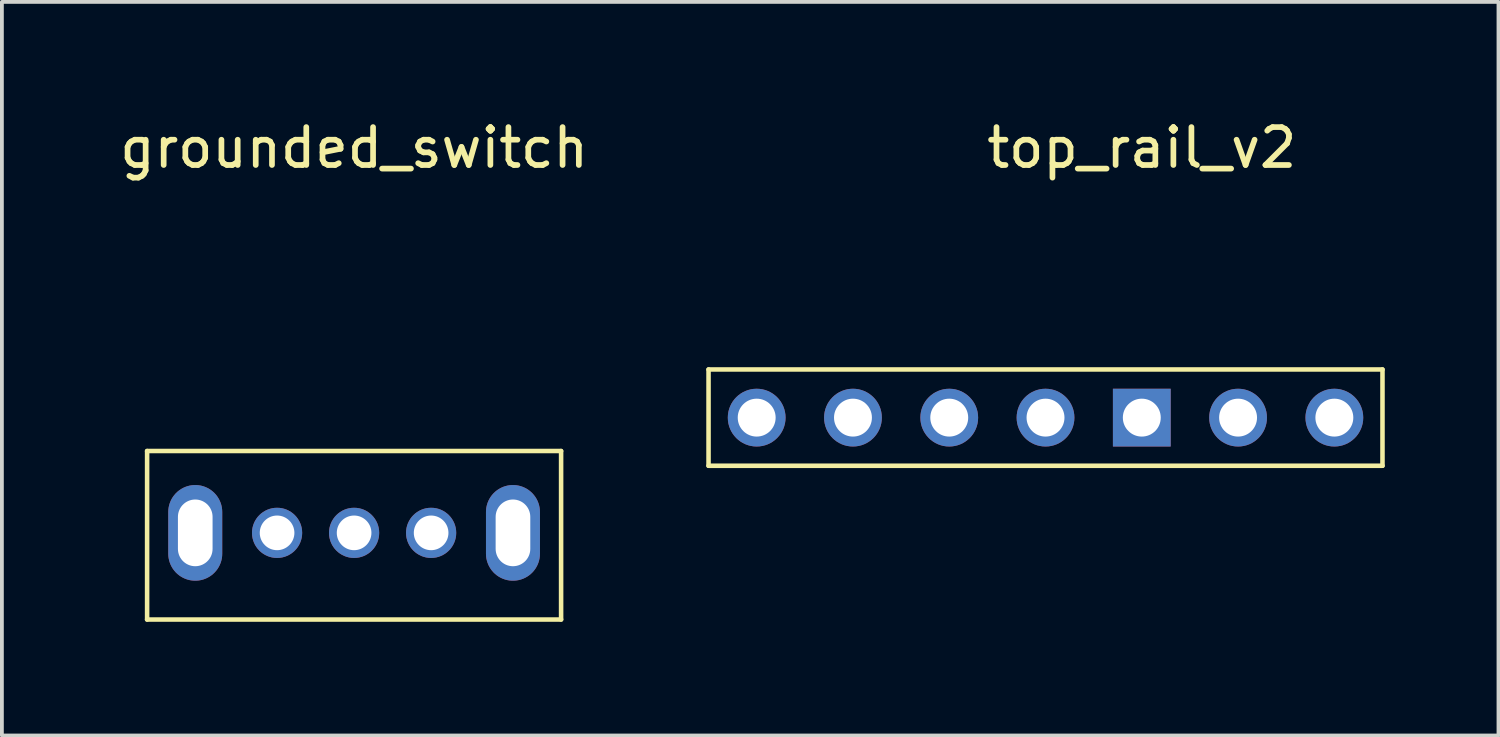
<source format=kicad_pcb>
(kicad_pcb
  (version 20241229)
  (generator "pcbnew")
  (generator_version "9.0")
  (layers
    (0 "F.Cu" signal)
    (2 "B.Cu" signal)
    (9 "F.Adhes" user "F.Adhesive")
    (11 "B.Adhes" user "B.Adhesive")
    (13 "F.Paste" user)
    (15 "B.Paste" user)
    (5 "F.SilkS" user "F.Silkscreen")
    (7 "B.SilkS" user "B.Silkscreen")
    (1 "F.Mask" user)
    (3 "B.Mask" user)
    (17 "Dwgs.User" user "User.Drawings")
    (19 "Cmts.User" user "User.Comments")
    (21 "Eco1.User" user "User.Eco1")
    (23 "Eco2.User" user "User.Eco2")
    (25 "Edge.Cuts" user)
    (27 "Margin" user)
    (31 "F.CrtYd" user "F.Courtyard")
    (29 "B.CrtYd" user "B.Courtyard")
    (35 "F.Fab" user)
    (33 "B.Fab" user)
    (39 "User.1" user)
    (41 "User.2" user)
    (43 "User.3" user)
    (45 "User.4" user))
  (footprint "grounded_switch"
    (layer "F.Cu")
    (at 6.292 5.928)
    (property "Reference" "grounded_switch" (at 0 -5.08 0) (layer "F.SilkS") (effects (font (size 1 1) (thickness 0.15))))
    (attr through_hole)
    (fp_line (start -5.461 2.921) (end -5.461 7.366) (stroke (width 0.12) (type solid)) (layer "F.SilkS"))
    (fp_line (start -5.461 2.921) (end 5.461 2.921) (stroke (width 0.12) (type solid)) (layer "F.SilkS"))
    (fp_line (start -5.461 7.366) (end 5.461 7.366) (stroke (width 0.12) (type solid)) (layer "F.SilkS"))
    (fp_line (start 5.461 2.921) (end 5.461 7.366) (stroke (width 0.12) (type solid)) (layer "F.SilkS"))
    (pad "1" thru_hole circle (at -2.032 5.08) (size 1.324 1.324) (drill 0.914) (layers "*.Cu" "*.Mask"))
    (pad "2" thru_hole circle (at 0 5.08) (size 1.324 1.324) (drill 0.914) (layers "*.Cu" "*.Mask"))
    (pad "3" thru_hole circle (at 2.032 5.08) (size 1.324 1.324) (drill 0.914) (layers "*.Cu" "*.Mask"))
    (pad "4" thru_hole oval (at -4.191 5.08 90) (size 2.524 1.424) (drill oval 1.76 0.914) (layers "*.Cu" "*.Mask"))
    (pad "5" thru_hole oval (at 4.191 5.08 90) (size 2.524 1.424) (drill oval 1.76 0.914) (layers "*.Cu" "*.Mask")))
  (footprint "top_rail_v2"
    (layer "F.Cu")
    (at 27.073 0.348)
    (property "Reference" "top_rail_v2" (at 0 0.5 0) (layer "F.SilkS") (effects (font (size 1 1) (thickness 0.15))))
    (attr through_hole)
    (fp_line (start -11.43 6.35) (end -11.43 8.89) (stroke (width 0.12) (type solid)) (layer "F.SilkS"))
    (fp_line (start -11.43 8.89) (end 6.35 8.89) (stroke (width 0.12) (type solid)) (layer "F.SilkS"))
    (fp_line (start 6.35 6.35) (end -11.43 6.35) (stroke (width 0.12) (type solid)) (layer "F.SilkS"))
    (fp_line (start 6.35 8.89) (end 6.35 6.35) (stroke (width 0.12) (type solid)) (layer "F.SilkS"))
    (pad "2" thru_hole circle (at -10.16 7.62) (size 1.524 1.524) (drill 1) (layers "*.Cu" "*.Mask"))
    (pad "3" thru_hole circle (at -7.62 7.62) (size 1.524 1.524) (drill 1) (layers "*.Cu" "*.Mask"))
    (pad "4" thru_hole circle (at -5.08 7.62) (size 1.524 1.524) (drill 1) (layers "*.Cu" "*.Mask"))
    (pad "5" thru_hole circle (at -2.54 7.62) (size 1.524 1.524) (drill 1) (layers "*.Cu" "*.Mask"))
    (pad "6" thru_hole rect (at 0 7.62) (size 1.524 1.524) (drill 1) (layers "*.Cu" "*.Mask"))
    (pad "7" thru_hole circle (at 2.54 7.62) (size 1.524 1.524) (drill 1) (layers "*.Cu" "*.Mask"))
    (pad "8" thru_hole circle (at 5.08 7.62) (size 1.524 1.524) (drill 1) (layers "*.Cu" "*.Mask")))
  (gr_rect
    (start -3 -3)
    (end 36.483 16.354)
    (stroke (width 0.1) (type default))
    (fill no)
    (layer "Edge.Cuts")))
</source>
